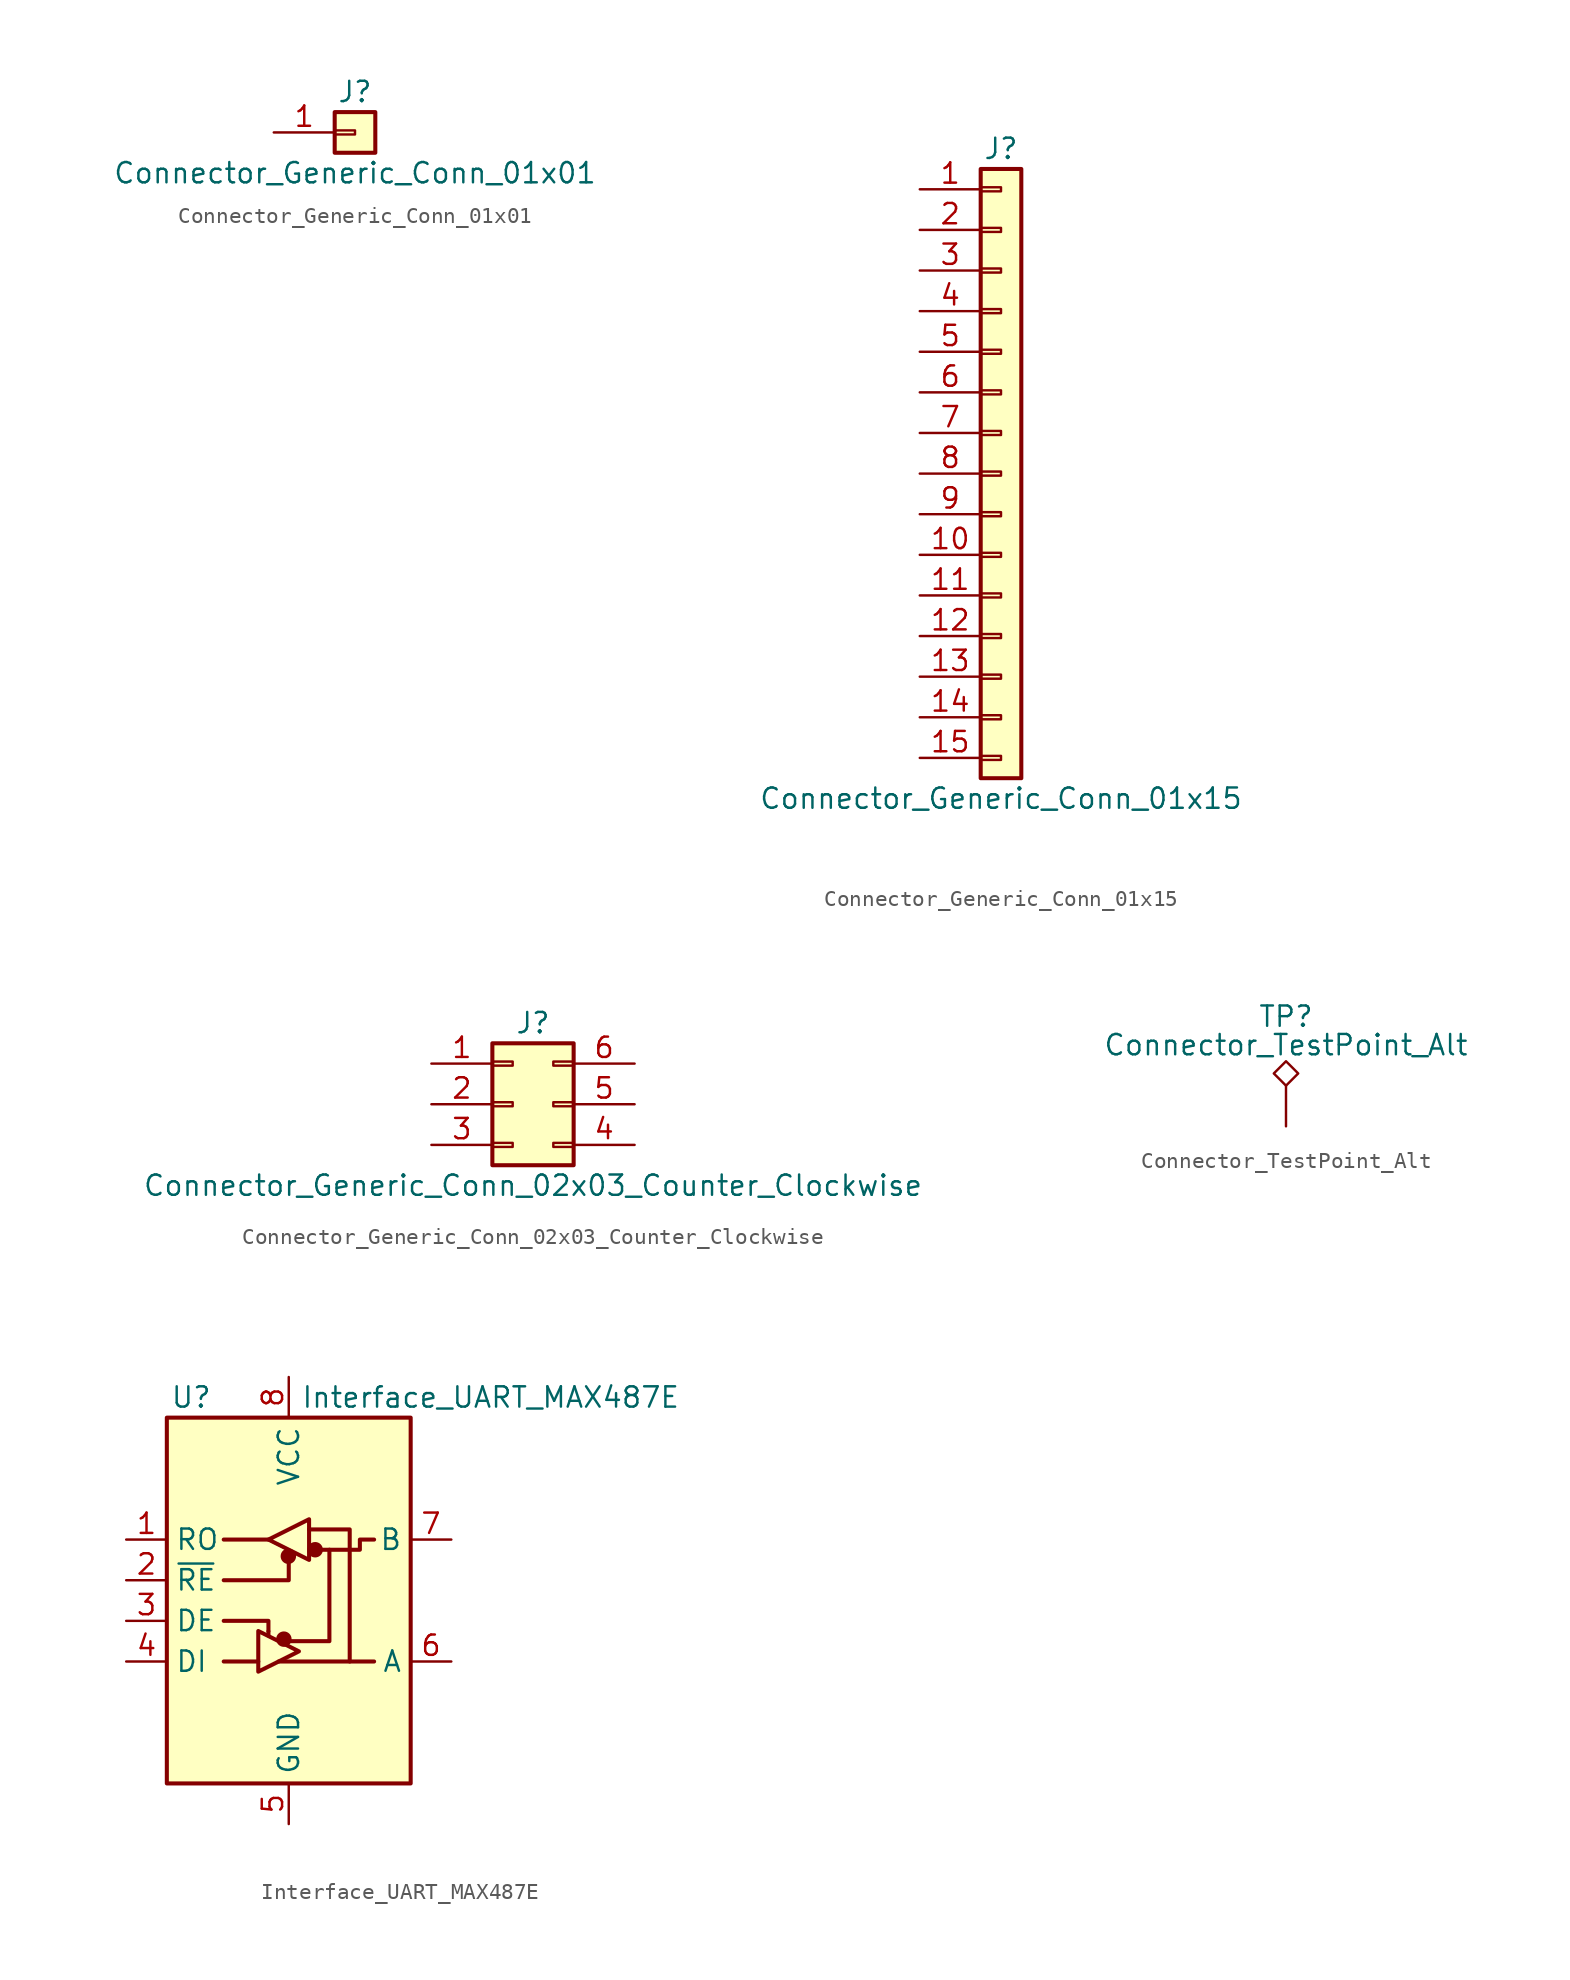
<source format=kicad_sym>
(kicad_symbol_lib
  (version 20211014)
  (generator kicad_symbol_editor)
  (symbol "Connector_Generic_Conn_01x01"
    (pin_names
      (offset 1.016) hide)
    (property "Reference" "J"
      (at 0 2.54 0)
      (effects (font (size 1.27 1.27))))
    (property "Value" "Connector_Generic_Conn_01x01"
      (at 0 -2.54 0)
      (effects (font (size 1.27 1.27))))
    (symbol "Connector_Generic_Conn_01x01_1_1"
      (rectangle (start -1.27 0.127) (end 0 -0.127) (stroke (width 0.152) (type default) (color 0 0 0 0)) (fill (type none)))
      (rectangle (start -1.27 1.27) (end 1.27 -1.27) (stroke (width 0.254) (type default) (color 0 0 0 0)) (fill (type background)))
      (pin passive line (at -5.08 0 0) (length 3.81) (name "Pin_1" (effects (font (size 1.27 1.27)))) (number "1" (effects (font (size 1.27 1.27)))))))
  (symbol "Connector_Generic_Conn_01x15"
    (pin_names
      (offset 1.016) hide)
    (property "Reference" "J"
      (at 0 20.32 0)
      (effects (font (size 1.27 1.27))))
    (property "Value" "Connector_Generic_Conn_01x15"
      (at 0 -20.32 0)
      (effects (font (size 1.27 1.27))))
    (symbol "Connector_Generic_Conn_01x15_1_1"
      (rectangle (start -1.27 -17.653) (end 0 -17.907) (stroke (width 0.152) (type default) (color 0 0 0 0)) (fill (type none)))
      (rectangle (start -1.27 -15.113) (end 0 -15.367) (stroke (width 0.152) (type default) (color 0 0 0 0)) (fill (type none)))
      (rectangle (start -1.27 -12.573) (end 0 -12.827) (stroke (width 0.152) (type default) (color 0 0 0 0)) (fill (type none)))
      (rectangle (start -1.27 -10.033) (end 0 -10.287) (stroke (width 0.152) (type default) (color 0 0 0 0)) (fill (type none)))
      (rectangle (start -1.27 -7.493) (end 0 -7.747) (stroke (width 0.152) (type default) (color 0 0 0 0)) (fill (type none)))
      (rectangle (start -1.27 -4.953) (end 0 -5.207) (stroke (width 0.152) (type default) (color 0 0 0 0)) (fill (type none)))
      (rectangle (start -1.27 -2.413) (end 0 -2.667) (stroke (width 0.152) (type default) (color 0 0 0 0)) (fill (type none)))
      (rectangle (start -1.27 0.127) (end 0 -0.127) (stroke (width 0.152) (type default) (color 0 0 0 0)) (fill (type none)))
      (rectangle (start -1.27 2.667) (end 0 2.413) (stroke (width 0.152) (type default) (color 0 0 0 0)) (fill (type none)))
      (rectangle (start -1.27 5.207) (end 0 4.953) (stroke (width 0.152) (type default) (color 0 0 0 0)) (fill (type none)))
      (rectangle (start -1.27 7.747) (end 0 7.493) (stroke (width 0.152) (type default) (color 0 0 0 0)) (fill (type none)))
      (rectangle (start -1.27 10.287) (end 0 10.033) (stroke (width 0.152) (type default) (color 0 0 0 0)) (fill (type none)))
      (rectangle (start -1.27 12.827) (end 0 12.573) (stroke (width 0.152) (type default) (color 0 0 0 0)) (fill (type none)))
      (rectangle (start -1.27 15.367) (end 0 15.113) (stroke (width 0.152) (type default) (color 0 0 0 0)) (fill (type none)))
      (rectangle (start -1.27 17.907) (end 0 17.653) (stroke (width 0.152) (type default) (color 0 0 0 0)) (fill (type none)))
      (rectangle (start -1.27 19.05) (end 1.27 -19.05) (stroke (width 0.254) (type default) (color 0 0 0 0)) (fill (type background)))
      (pin passive line (at -5.08 17.78 0) (length 3.81) (name "Pin_1" (effects (font (size 1.27 1.27)))) (number "1" (effects (font (size 1.27 1.27)))))
      (pin passive line (at -5.08 -5.08 0) (length 3.81) (name "Pin_10" (effects (font (size 1.27 1.27)))) (number "10" (effects (font (size 1.27 1.27)))))
      (pin passive line (at -5.08 -7.62 0) (length 3.81) (name "Pin_11" (effects (font (size 1.27 1.27)))) (number "11" (effects (font (size 1.27 1.27)))))
      (pin passive line (at -5.08 -10.16 0) (length 3.81) (name "Pin_12" (effects (font (size 1.27 1.27)))) (number "12" (effects (font (size 1.27 1.27)))))
      (pin passive line (at -5.08 -12.7 0) (length 3.81) (name "Pin_13" (effects (font (size 1.27 1.27)))) (number "13" (effects (font (size 1.27 1.27)))))
      (pin passive line (at -5.08 -15.24 0) (length 3.81) (name "Pin_14" (effects (font (size 1.27 1.27)))) (number "14" (effects (font (size 1.27 1.27)))))
      (pin passive line (at -5.08 -17.78 0) (length 3.81) (name "Pin_15" (effects (font (size 1.27 1.27)))) (number "15" (effects (font (size 1.27 1.27)))))
      (pin passive line (at -5.08 15.24 0) (length 3.81) (name "Pin_2" (effects (font (size 1.27 1.27)))) (number "2" (effects (font (size 1.27 1.27)))))
      (pin passive line (at -5.08 12.7 0) (length 3.81) (name "Pin_3" (effects (font (size 1.27 1.27)))) (number "3" (effects (font (size 1.27 1.27)))))
      (pin passive line (at -5.08 10.16 0) (length 3.81) (name "Pin_4" (effects (font (size 1.27 1.27)))) (number "4" (effects (font (size 1.27 1.27)))))
      (pin passive line (at -5.08 7.62 0) (length 3.81) (name "Pin_5" (effects (font (size 1.27 1.27)))) (number "5" (effects (font (size 1.27 1.27)))))
      (pin passive line (at -5.08 5.08 0) (length 3.81) (name "Pin_6" (effects (font (size 1.27 1.27)))) (number "6" (effects (font (size 1.27 1.27)))))
      (pin passive line (at -5.08 2.54 0) (length 3.81) (name "Pin_7" (effects (font (size 1.27 1.27)))) (number "7" (effects (font (size 1.27 1.27)))))
      (pin passive line (at -5.08 0 0) (length 3.81) (name "Pin_8" (effects (font (size 1.27 1.27)))) (number "8" (effects (font (size 1.27 1.27)))))
      (pin passive line (at -5.08 -2.54 0) (length 3.81) (name "Pin_9" (effects (font (size 1.27 1.27)))) (number "9" (effects (font (size 1.27 1.27)))))))
  (symbol "Connector_Generic_Conn_02x03_Counter_Clockwise"
    (pin_names
      (offset 1.016) hide)
    (property "Reference" "J"
      (at 1.27 5.08 0)
      (effects (font (size 1.27 1.27))))
    (property "Value" "Connector_Generic_Conn_02x03_Counter_Clockwise"
      (at 1.27 -5.08 0)
      (effects (font (size 1.27 1.27))))
    (symbol "Connector_Generic_Conn_02x03_Counter_Clockwise_1_1"
      (rectangle (start -1.27 -2.413) (end 0 -2.667) (stroke (width 0.152) (type default) (color 0 0 0 0)) (fill (type none)))
      (rectangle (start -1.27 0.127) (end 0 -0.127) (stroke (width 0.152) (type default) (color 0 0 0 0)) (fill (type none)))
      (rectangle (start -1.27 2.667) (end 0 2.413) (stroke (width 0.152) (type default) (color 0 0 0 0)) (fill (type none)))
      (rectangle (start -1.27 3.81) (end 3.81 -3.81) (stroke (width 0.254) (type default) (color 0 0 0 0)) (fill (type background)))
      (rectangle (start 3.81 -2.413) (end 2.54 -2.667) (stroke (width 0.152) (type default) (color 0 0 0 0)) (fill (type none)))
      (rectangle (start 3.81 0.127) (end 2.54 -0.127) (stroke (width 0.152) (type default) (color 0 0 0 0)) (fill (type none)))
      (rectangle (start 3.81 2.667) (end 2.54 2.413) (stroke (width 0.152) (type default) (color 0 0 0 0)) (fill (type none)))
      (pin passive line (at -5.08 2.54 0) (length 3.81) (name "Pin_1" (effects (font (size 1.27 1.27)))) (number "1" (effects (font (size 1.27 1.27)))))
      (pin passive line (at -5.08 0 0) (length 3.81) (name "Pin_2" (effects (font (size 1.27 1.27)))) (number "2" (effects (font (size 1.27 1.27)))))
      (pin passive line (at -5.08 -2.54 0) (length 3.81) (name "Pin_3" (effects (font (size 1.27 1.27)))) (number "3" (effects (font (size 1.27 1.27)))))
      (pin passive line (at 7.62 -2.54 180) (length 3.81) (name "Pin_4" (effects (font (size 1.27 1.27)))) (number "4" (effects (font (size 1.27 1.27)))))
      (pin passive line (at 7.62 0 180) (length 3.81) (name "Pin_5" (effects (font (size 1.27 1.27)))) (number "5" (effects (font (size 1.27 1.27)))))
      (pin passive line (at 7.62 2.54 180) (length 3.81) (name "Pin_6" (effects (font (size 1.27 1.27)))) (number "6" (effects (font (size 1.27 1.27)))))))
  (symbol "Connector_TestPoint_Alt"
    (pin_numbers hide)
    (pin_names
      (offset 0.762) hide)
    (property "Reference" "TP"
      (at 0 6.858 0)
      (effects (font (size 1.27 1.27))))
    (property "Value" "Connector_TestPoint_Alt"
      (at 0 5.08 0)
      (effects (font (size 1.27 1.27))))
    (symbol "Connector_TestPoint_Alt_0_1"
      (polyline (pts (xy 0 2.54) (xy -0.762 3.302) (xy 0 4.064) (xy 0.762 3.302) (xy 0 2.54)) (stroke (width 0) (type default) (color 0 0 0 0)) (fill (type none))))
    (symbol "Connector_TestPoint_Alt_1_1"
      (pin passive line (at 0 0 90) (length 2.54) (name "1" (effects (font (size 1.27 1.27)))) (number "1" (effects (font (size 1.27 1.27)))))))
  (symbol "Interface_UART_MAX487E"
    (property "Reference" "U"
      (at -6.096 11.43 0)
      (effects (font (size 1.27 1.27))))
    (property "Value" "Interface_UART_MAX487E"
      (at 0.762 11.43 0)
      (effects (font (size 1.27 1.27)) (justify left)))
    (symbol "Interface_UART_MAX487E_0_1"
      (rectangle (start -7.62 10.16) (end 7.62 -12.7) (stroke (width 0.254) (type default) (color 0 0 0 0)) (fill (type background)))
      (circle (center -0.305 -3.683) (radius 0.356) (stroke (width 0.254) (type default) (color 0 0 0 0)) (fill (type outline)))
      (circle (center -0.025 1.499) (radius 0.356) (stroke (width 0.254) (type default) (color 0 0 0 0)) (fill (type outline)))
      (polyline (pts (xy -4.064 -5.08) (xy -1.905 -5.08)) (stroke (width 0.254) (type default) (color 0 0 0 0)) (fill (type none)))
      (polyline (pts (xy -4.064 2.54) (xy -1.27 2.54)) (stroke (width 0.254) (type default) (color 0 0 0 0)) (fill (type none)))
      (polyline (pts (xy -1.27 -3.2) (xy -1.27 -3.454)) (stroke (width 0.254) (type default) (color 0 0 0 0)) (fill (type none)))
      (polyline (pts (xy -0.635 -5.08) (xy 5.334 -5.08)) (stroke (width 0.254) (type default) (color 0 0 0 0)) (fill (type none)))
      (polyline (pts (xy -4.064 -2.54) (xy -1.27 -2.54) (xy -1.27 -3.175)) (stroke (width 0.254) (type default) (color 0 0 0 0)) (fill (type none)))
      (polyline (pts (xy 0 1.27) (xy 0 0) (xy -4.064 0)) (stroke (width 0.254) (type default) (color 0 0 0 0)) (fill (type none)))
      (polyline (pts (xy 1.27 3.175) (xy 3.81 3.175) (xy 3.81 -5.08)) (stroke (width 0.254) (type default) (color 0 0 0 0)) (fill (type none)))
      (polyline (pts (xy 2.54 1.905) (xy 2.54 -3.81) (xy 0 -3.81)) (stroke (width 0.254) (type default) (color 0 0 0 0)) (fill (type none)))
      (polyline (pts (xy -1.905 -3.175) (xy -1.905 -5.715) (xy 0.635 -4.445) (xy -1.905 -3.175)) (stroke (width 0.254) (type default) (color 0 0 0 0)) (fill (type none)))
      (polyline (pts (xy -1.27 2.54) (xy 1.27 3.81) (xy 1.27 1.27) (xy -1.27 2.54)) (stroke (width 0.254) (type default) (color 0 0 0 0)) (fill (type none)))
      (polyline (pts (xy 1.905 1.905) (xy 4.445 1.905) (xy 4.445 2.54) (xy 5.334 2.54)) (stroke (width 0.254) (type default) (color 0 0 0 0)) (fill (type none)))
      (rectangle (start 1.27 3.175) (end 1.27 3.175) (stroke (width 0) (type default) (color 0 0 0 0)) (fill (type none)))
      (circle (center 1.651 1.905) (radius 0.356) (stroke (width 0.254) (type default) (color 0 0 0 0)) (fill (type outline))))
    (symbol "Interface_UART_MAX487E_1_1"
      (pin output line (at -10.16 2.54 0) (length 2.54) (name "RO" (effects (font (size 1.27 1.27)))) (number "1" (effects (font (size 1.27 1.27)))))
      (pin input line (at -10.16 0 0) (length 2.54) (name "~{RE}" (effects (font (size 1.27 1.27)))) (number "2" (effects (font (size 1.27 1.27)))))
      (pin input line (at -10.16 -2.54 0) (length 2.54) (name "DE" (effects (font (size 1.27 1.27)))) (number "3" (effects (font (size 1.27 1.27)))))
      (pin input line (at -10.16 -5.08 0) (length 2.54) (name "DI" (effects (font (size 1.27 1.27)))) (number "4" (effects (font (size 1.27 1.27)))))
      (pin power_in line (at 0 -15.24 90) (length 2.54) (name "GND" (effects (font (size 1.27 1.27)))) (number "5" (effects (font (size 1.27 1.27)))))
      (pin bidirectional line (at 10.16 -5.08 180) (length 2.54) (name "A" (effects (font (size 1.27 1.27)))) (number "6" (effects (font (size 1.27 1.27)))))
      (pin bidirectional line (at 10.16 2.54 180) (length 2.54) (name "B" (effects (font (size 1.27 1.27)))) (number "7" (effects (font (size 1.27 1.27)))))
      (pin power_in line (at 0 12.7 270) (length 2.54) (name "VCC" (effects (font (size 1.27 1.27)))) (number "8" (effects (font (size 1.27 1.27))))))))
</source>
